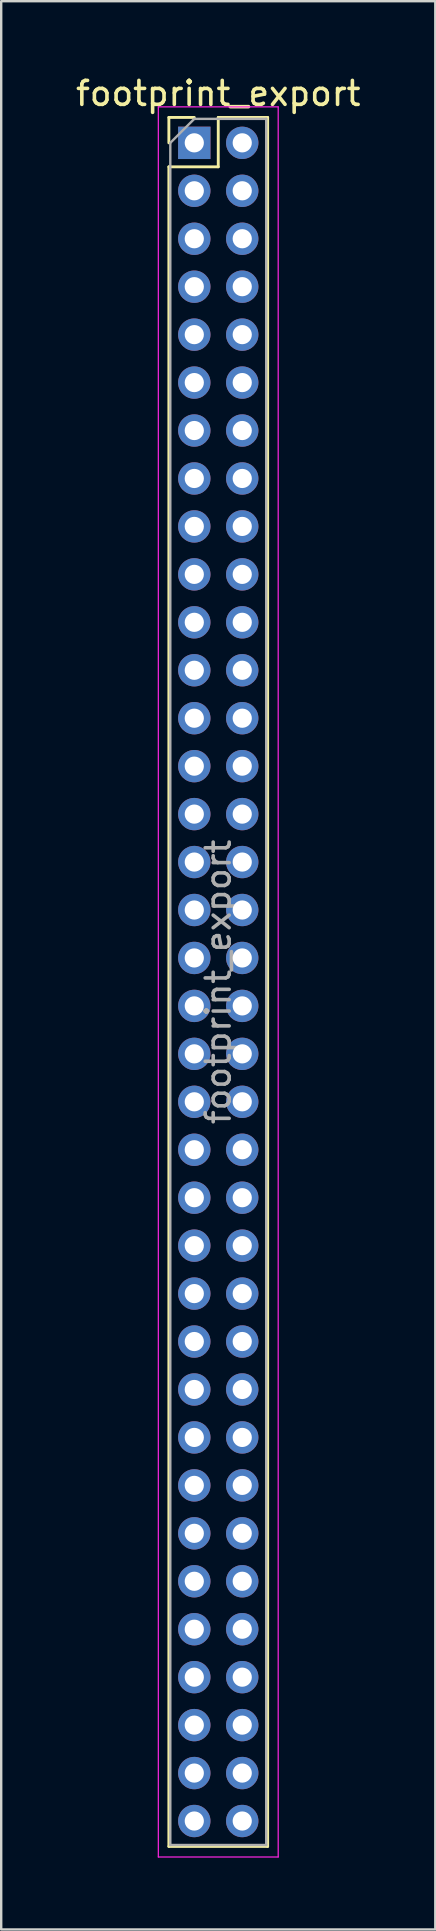
<source format=kicad_pcb>
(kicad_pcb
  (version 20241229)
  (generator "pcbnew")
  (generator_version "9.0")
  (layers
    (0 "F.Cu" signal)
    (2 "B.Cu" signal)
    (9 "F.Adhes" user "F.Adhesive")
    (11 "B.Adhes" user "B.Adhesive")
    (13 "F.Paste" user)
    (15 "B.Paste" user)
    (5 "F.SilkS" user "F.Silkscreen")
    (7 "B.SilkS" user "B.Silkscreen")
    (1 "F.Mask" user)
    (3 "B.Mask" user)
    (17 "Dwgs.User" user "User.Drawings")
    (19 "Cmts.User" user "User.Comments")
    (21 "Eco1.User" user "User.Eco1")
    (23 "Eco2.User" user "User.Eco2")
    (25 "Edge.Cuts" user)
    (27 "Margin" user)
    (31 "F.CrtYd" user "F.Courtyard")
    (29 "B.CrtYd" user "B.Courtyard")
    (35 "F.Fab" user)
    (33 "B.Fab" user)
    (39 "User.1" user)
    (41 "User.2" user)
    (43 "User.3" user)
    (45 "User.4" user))
  (footprint "footprint_export"
    (layer "F.Cu")
    (at 5.054 2.908)
    (property "Reference" "footprint_export" (at 1 -2.06 0) (layer "F.SilkS") (effects (font (size 1 1) (thickness 0.15))))
    (attr through_hole)
    (fp_line (start -1.06 -1.06) (end 0 -1.06) (stroke (width 0.12) (type solid)) (layer "F.SilkS"))
    (fp_line (start -1.06 0) (end -1.06 -1.06) (stroke (width 0.12) (type solid)) (layer "F.SilkS"))
    (fp_line (start -1.06 1) (end -1.06 71.06) (stroke (width 0.12) (type solid)) (layer "F.SilkS"))
    (fp_line (start -1.06 1) (end 1 1) (stroke (width 0.12) (type solid)) (layer "F.SilkS"))
    (fp_line (start -1.06 71.06) (end 3.06 71.06) (stroke (width 0.12) (type solid)) (layer "F.SilkS"))
    (fp_line (start 1 -1.06) (end 3.06 -1.06) (stroke (width 0.12) (type solid)) (layer "F.SilkS"))
    (fp_line (start 1 1) (end 1 -1.06) (stroke (width 0.12) (type solid)) (layer "F.SilkS"))
    (fp_line (start 3.06 -1.06) (end 3.06 71.06) (stroke (width 0.12) (type solid)) (layer "F.SilkS"))
    (fp_line (start -1.5 -1.5) (end -1.5 71.5) (stroke (width 0.05) (type solid)) (layer "F.CrtYd"))
    (fp_line (start -1.5 71.5) (end 3.5 71.5) (stroke (width 0.05) (type solid)) (layer "F.CrtYd"))
    (fp_line (start 3.5 -1.5) (end -1.5 -1.5) (stroke (width 0.05) (type solid)) (layer "F.CrtYd"))
    (fp_line (start 3.5 71.5) (end 3.5 -1.5) (stroke (width 0.05) (type solid)) (layer "F.CrtYd"))
    (fp_line (start -1 0) (end 0 -1) (stroke (width 0.1) (type solid)) (layer "F.Fab"))
    (fp_line (start -1 71) (end -1 0) (stroke (width 0.1) (type solid)) (layer "F.Fab"))
    (fp_line (start 0 -1) (end 3 -1) (stroke (width 0.1) (type solid)) (layer "F.Fab"))
    (fp_line (start 3 -1) (end 3 71) (stroke (width 0.1) (type solid)) (layer "F.Fab"))
    (fp_line (start 3 71) (end -1 71) (stroke (width 0.1) (type solid)) (layer "F.Fab"))
    (fp_text user "${REFERENCE}" (at 1 35 90) (layer "F.Fab") (effects (font (size 1 1) (thickness 0.15))))
    (pad "1" thru_hole rect (at 0 0) (size 1.35 1.35) (drill 0.8) (layers "*.Cu" "*.Mask"))
    (pad "2" thru_hole oval (at 2 0) (size 1.35 1.35) (drill 0.8) (layers "*.Cu" "*.Mask"))
    (pad "3" thru_hole oval (at 0 2) (size 1.35 1.35) (drill 0.8) (layers "*.Cu" "*.Mask"))
    (pad "4" thru_hole oval (at 2 2) (size 1.35 1.35) (drill 0.8) (layers "*.Cu" "*.Mask"))
    (pad "5" thru_hole oval (at 0 4) (size 1.35 1.35) (drill 0.8) (layers "*.Cu" "*.Mask"))
    (pad "6" thru_hole oval (at 2 4) (size 1.35 1.35) (drill 0.8) (layers "*.Cu" "*.Mask"))
    (pad "7" thru_hole oval (at 0 6) (size 1.35 1.35) (drill 0.8) (layers "*.Cu" "*.Mask"))
    (pad "8" thru_hole oval (at 2 6) (size 1.35 1.35) (drill 0.8) (layers "*.Cu" "*.Mask"))
    (pad "9" thru_hole oval (at 0 8) (size 1.35 1.35) (drill 0.8) (layers "*.Cu" "*.Mask"))
    (pad "10" thru_hole oval (at 2 8) (size 1.35 1.35) (drill 0.8) (layers "*.Cu" "*.Mask"))
    (pad "11" thru_hole oval (at 0 10) (size 1.35 1.35) (drill 0.8) (layers "*.Cu" "*.Mask"))
    (pad "12" thru_hole oval (at 2 10) (size 1.35 1.35) (drill 0.8) (layers "*.Cu" "*.Mask"))
    (pad "13" thru_hole oval (at 0 12) (size 1.35 1.35) (drill 0.8) (layers "*.Cu" "*.Mask"))
    (pad "14" thru_hole oval (at 2 12) (size 1.35 1.35) (drill 0.8) (layers "*.Cu" "*.Mask"))
    (pad "15" thru_hole oval (at 0 14) (size 1.35 1.35) (drill 0.8) (layers "*.Cu" "*.Mask"))
    (pad "16" thru_hole oval (at 2 14) (size 1.35 1.35) (drill 0.8) (layers "*.Cu" "*.Mask"))
    (pad "17" thru_hole oval (at 0 16) (size 1.35 1.35) (drill 0.8) (layers "*.Cu" "*.Mask"))
    (pad "18" thru_hole oval (at 2 16) (size 1.35 1.35) (drill 0.8) (layers "*.Cu" "*.Mask"))
    (pad "19" thru_hole oval (at 0 18) (size 1.35 1.35) (drill 0.8) (layers "*.Cu" "*.Mask"))
    (pad "20" thru_hole oval (at 2 18) (size 1.35 1.35) (drill 0.8) (layers "*.Cu" "*.Mask"))
    (pad "21" thru_hole oval (at 0 20) (size 1.35 1.35) (drill 0.8) (layers "*.Cu" "*.Mask"))
    (pad "22" thru_hole oval (at 2 20) (size 1.35 1.35) (drill 0.8) (layers "*.Cu" "*.Mask"))
    (pad "23" thru_hole oval (at 0 22) (size 1.35 1.35) (drill 0.8) (layers "*.Cu" "*.Mask"))
    (pad "24" thru_hole oval (at 2 22) (size 1.35 1.35) (drill 0.8) (layers "*.Cu" "*.Mask"))
    (pad "25" thru_hole oval (at 0 24) (size 1.35 1.35) (drill 0.8) (layers "*.Cu" "*.Mask"))
    (pad "26" thru_hole oval (at 2 24) (size 1.35 1.35) (drill 0.8) (layers "*.Cu" "*.Mask"))
    (pad "27" thru_hole oval (at 0 26) (size 1.35 1.35) (drill 0.8) (layers "*.Cu" "*.Mask"))
    (pad "28" thru_hole oval (at 2 26) (size 1.35 1.35) (drill 0.8) (layers "*.Cu" "*.Mask"))
    (pad "29" thru_hole oval (at 0 28) (size 1.35 1.35) (drill 0.8) (layers "*.Cu" "*.Mask"))
    (pad "30" thru_hole oval (at 2 28) (size 1.35 1.35) (drill 0.8) (layers "*.Cu" "*.Mask"))
    (pad "31" thru_hole oval (at 0 30) (size 1.35 1.35) (drill 0.8) (layers "*.Cu" "*.Mask"))
    (pad "32" thru_hole oval (at 2 30) (size 1.35 1.35) (drill 0.8) (layers "*.Cu" "*.Mask"))
    (pad "33" thru_hole oval (at 0 32) (size 1.35 1.35) (drill 0.8) (layers "*.Cu" "*.Mask"))
    (pad "34" thru_hole oval (at 2 32) (size 1.35 1.35) (drill 0.8) (layers "*.Cu" "*.Mask"))
    (pad "35" thru_hole oval (at 0 34) (size 1.35 1.35) (drill 0.8) (layers "*.Cu" "*.Mask"))
    (pad "36" thru_hole oval (at 2 34) (size 1.35 1.35) (drill 0.8) (layers "*.Cu" "*.Mask"))
    (pad "37" thru_hole oval (at 0 36) (size 1.35 1.35) (drill 0.8) (layers "*.Cu" "*.Mask"))
    (pad "38" thru_hole oval (at 2 36) (size 1.35 1.35) (drill 0.8) (layers "*.Cu" "*.Mask"))
    (pad "39" thru_hole oval (at 0 38) (size 1.35 1.35) (drill 0.8) (layers "*.Cu" "*.Mask"))
    (pad "40" thru_hole oval (at 2 38) (size 1.35 1.35) (drill 0.8) (layers "*.Cu" "*.Mask"))
    (pad "41" thru_hole oval (at 0 40) (size 1.35 1.35) (drill 0.8) (layers "*.Cu" "*.Mask"))
    (pad "42" thru_hole oval (at 2 40) (size 1.35 1.35) (drill 0.8) (layers "*.Cu" "*.Mask"))
    (pad "43" thru_hole oval (at 0 42) (size 1.35 1.35) (drill 0.8) (layers "*.Cu" "*.Mask"))
    (pad "44" thru_hole oval (at 2 42) (size 1.35 1.35) (drill 0.8) (layers "*.Cu" "*.Mask"))
    (pad "45" thru_hole oval (at 0 44) (size 1.35 1.35) (drill 0.8) (layers "*.Cu" "*.Mask"))
    (pad "46" thru_hole oval (at 2 44) (size 1.35 1.35) (drill 0.8) (layers "*.Cu" "*.Mask"))
    (pad "47" thru_hole oval (at 0 46) (size 1.35 1.35) (drill 0.8) (layers "*.Cu" "*.Mask"))
    (pad "48" thru_hole oval (at 2 46) (size 1.35 1.35) (drill 0.8) (layers "*.Cu" "*.Mask"))
    (pad "49" thru_hole oval (at 0 48) (size 1.35 1.35) (drill 0.8) (layers "*.Cu" "*.Mask"))
    (pad "50" thru_hole oval (at 2 48) (size 1.35 1.35) (drill 0.8) (layers "*.Cu" "*.Mask"))
    (pad "51" thru_hole oval (at 0 50) (size 1.35 1.35) (drill 0.8) (layers "*.Cu" "*.Mask"))
    (pad "52" thru_hole oval (at 2 50) (size 1.35 1.35) (drill 0.8) (layers "*.Cu" "*.Mask"))
    (pad "53" thru_hole oval (at 0 52) (size 1.35 1.35) (drill 0.8) (layers "*.Cu" "*.Mask"))
    (pad "54" thru_hole oval (at 2 52) (size 1.35 1.35) (drill 0.8) (layers "*.Cu" "*.Mask"))
    (pad "55" thru_hole oval (at 0 54) (size 1.35 1.35) (drill 0.8) (layers "*.Cu" "*.Mask"))
    (pad "56" thru_hole oval (at 2 54) (size 1.35 1.35) (drill 0.8) (layers "*.Cu" "*.Mask"))
    (pad "57" thru_hole oval (at 0 56) (size 1.35 1.35) (drill 0.8) (layers "*.Cu" "*.Mask"))
    (pad "58" thru_hole oval (at 2 56) (size 1.35 1.35) (drill 0.8) (layers "*.Cu" "*.Mask"))
    (pad "59" thru_hole oval (at 0 58) (size 1.35 1.35) (drill 0.8) (layers "*.Cu" "*.Mask"))
    (pad "60" thru_hole oval (at 2 58) (size 1.35 1.35) (drill 0.8) (layers "*.Cu" "*.Mask"))
    (pad "61" thru_hole oval (at 0 60) (size 1.35 1.35) (drill 0.8) (layers "*.Cu" "*.Mask"))
    (pad "62" thru_hole oval (at 2 60) (size 1.35 1.35) (drill 0.8) (layers "*.Cu" "*.Mask"))
    (pad "63" thru_hole oval (at 0 62) (size 1.35 1.35) (drill 0.8) (layers "*.Cu" "*.Mask"))
    (pad "64" thru_hole oval (at 2 62) (size 1.35 1.35) (drill 0.8) (layers "*.Cu" "*.Mask"))
    (pad "65" thru_hole oval (at 0 64) (size 1.35 1.35) (drill 0.8) (layers "*.Cu" "*.Mask"))
    (pad "66" thru_hole oval (at 2 64) (size 1.35 1.35) (drill 0.8) (layers "*.Cu" "*.Mask"))
    (pad "67" thru_hole oval (at 0 66) (size 1.35 1.35) (drill 0.8) (layers "*.Cu" "*.Mask"))
    (pad "68" thru_hole oval (at 2 66) (size 1.35 1.35) (drill 0.8) (layers "*.Cu" "*.Mask"))
    (pad "69" thru_hole oval (at 0 68) (size 1.35 1.35) (drill 0.8) (layers "*.Cu" "*.Mask"))
    (pad "70" thru_hole oval (at 2 68) (size 1.35 1.35) (drill 0.8) (layers "*.Cu" "*.Mask"))
    (pad "71" thru_hole oval (at 0 70) (size 1.35 1.35) (drill 0.8) (layers "*.Cu" "*.Mask"))
    (pad "72" thru_hole oval (at 2 70) (size 1.35 1.35) (drill 0.8) (layers "*.Cu" "*.Mask")))
  (gr_rect
    (start -3 -3)
    (end 15.107 77.433)
    (stroke (width 0.1) (type default))
    (fill no)
    (layer "Edge.Cuts")))
</source>
